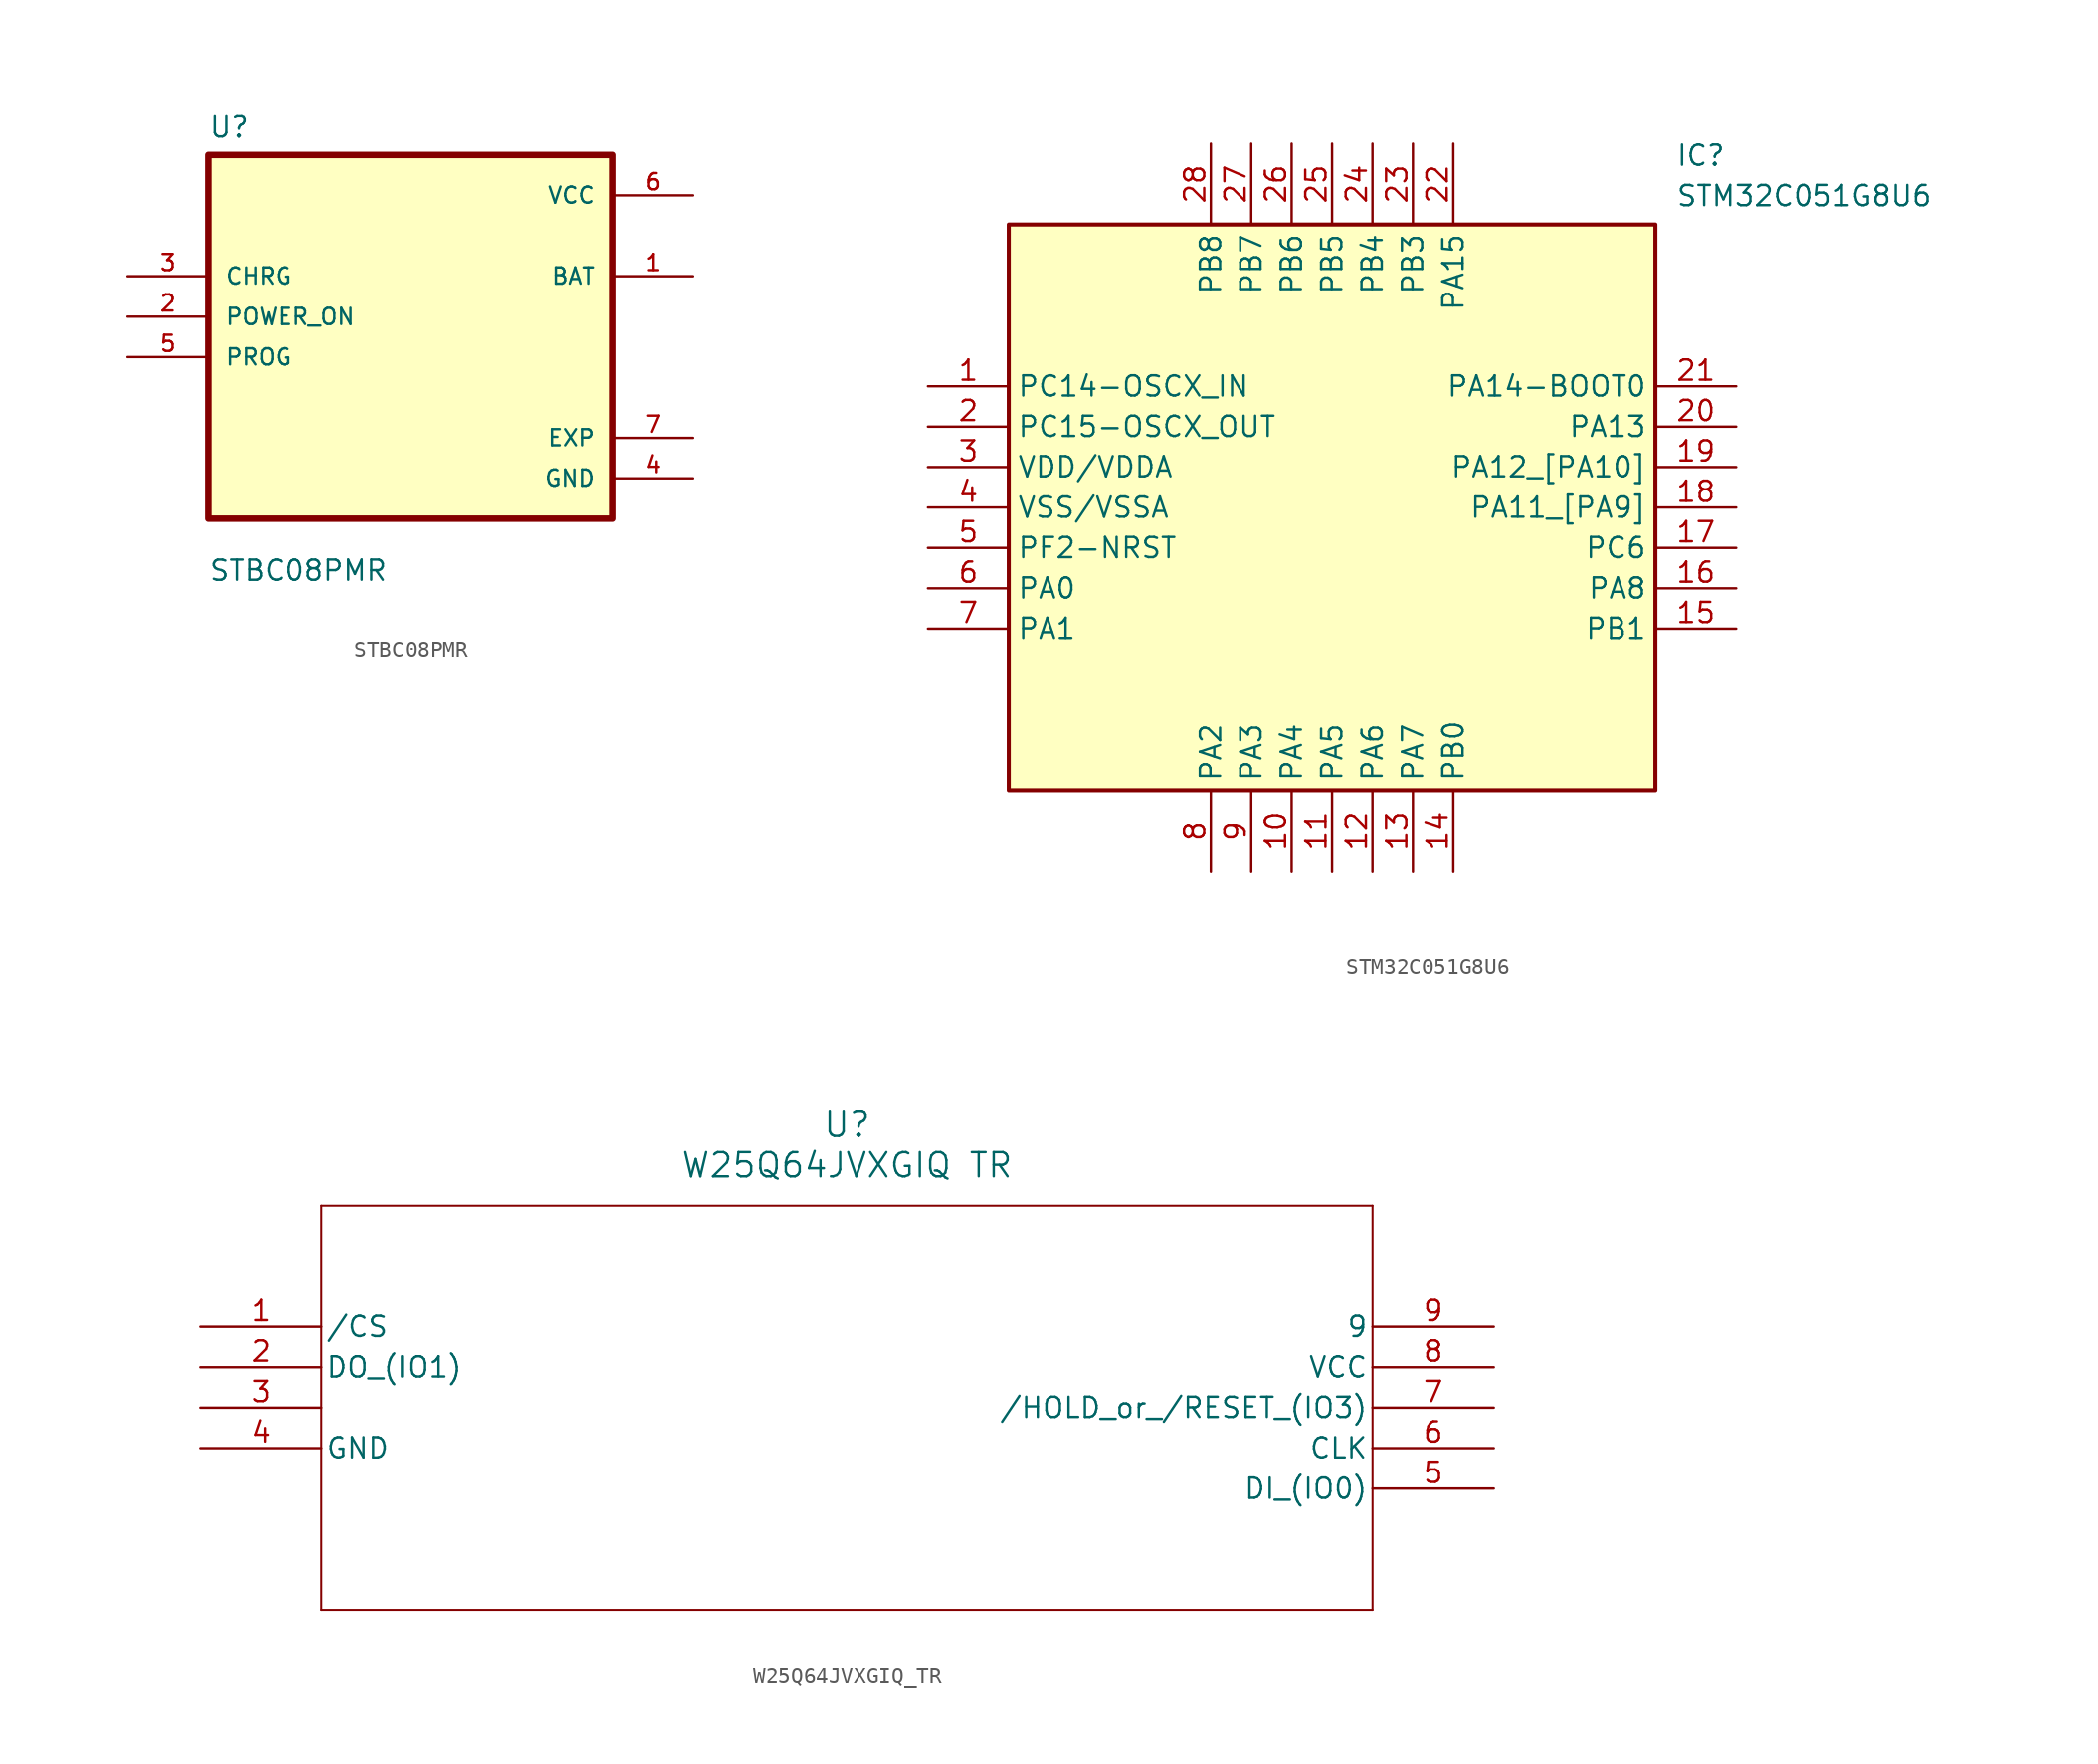
<source format=kicad_sym>
(kicad_symbol_lib
  (version 20220914)
  (generator kicad_symbol_editor)
  (symbol "STBC08PMR"
    (pin_names
      (offset 1.016))
    (property "Reference" "U"
      (at -12.7 13.7 0)
      (effects (font (size 1.27 1.27)) (justify left bottom)))
    (property "Value" "STBC08PMR"
      (at -12.7 -14.16 0)
      (effects (font (size 1.27 1.27)) (justify left bottom)))
    (symbol "STBC08PMR_0_0"
      (rectangle (start -12.7 -10.16) (end 12.7 12.7) (stroke (width 0.41) (type default)) (fill (type background)))
      (pin output line (at 17.78 5.08 180) (length 5.08) (name "BAT" (effects (font (size 1.016 1.016)))) (number "1" (effects (font (size 1.016 1.016)))))
      (pin bidirectional line (at -17.78 2.54 0) (length 5.08) (name "POWER_ON" (effects (font (size 1.016 1.016)))) (number "2" (effects (font (size 1.016 1.016)))))
      (pin bidirectional line (at -17.78 5.08 0) (length 5.08) (name "CHRG" (effects (font (size 1.016 1.016)))) (number "3" (effects (font (size 1.016 1.016)))))
      (pin power_in line (at 17.78 -7.62 180) (length 5.08) (name "GND" (effects (font (size 1.016 1.016)))) (number "4" (effects (font (size 1.016 1.016)))))
      (pin bidirectional line (at -17.78 0 0) (length 5.08) (name "PROG" (effects (font (size 1.016 1.016)))) (number "5" (effects (font (size 1.016 1.016)))))
      (pin power_in line (at 17.78 10.16 180) (length 5.08) (name "VCC" (effects (font (size 1.016 1.016)))) (number "6" (effects (font (size 1.016 1.016)))))
      (pin power_in line (at 17.78 -5.08 180) (length 5.08) (name "EXP" (effects (font (size 1.016 1.016)))) (number "7" (effects (font (size 1.016 1.016)))))))
  (symbol "STM32C051G8U6"
    (property "Reference" "IC"
      (at 46.99 15.24 0)
      (effects (font (size 1.27 1.27)) (justify left top)))
    (property "Value" "STM32C051G8U6"
      (at 46.99 12.7 0)
      (effects (font (size 1.27 1.27)) (justify left top)))
    (symbol "STM32C051G8U6_1_1"
      (rectangle (start 5.08 10.16) (end 45.72 -25.4) (stroke (width 0.254) (type default)) (fill (type background)))
      (pin passive line (at 0 0 0) (length 5.08) (name "PC14-OSCX_IN" (effects (font (size 1.27 1.27)))) (number "1" (effects (font (size 1.27 1.27)))))
      (pin passive line (at 22.86 -30.48 90) (length 5.08) (name "PA4" (effects (font (size 1.27 1.27)))) (number "10" (effects (font (size 1.27 1.27)))))
      (pin passive line (at 25.4 -30.48 90) (length 5.08) (name "PA5" (effects (font (size 1.27 1.27)))) (number "11" (effects (font (size 1.27 1.27)))))
      (pin passive line (at 27.94 -30.48 90) (length 5.08) (name "PA6" (effects (font (size 1.27 1.27)))) (number "12" (effects (font (size 1.27 1.27)))))
      (pin passive line (at 30.48 -30.48 90) (length 5.08) (name "PA7" (effects (font (size 1.27 1.27)))) (number "13" (effects (font (size 1.27 1.27)))))
      (pin passive line (at 33.02 -30.48 90) (length 5.08) (name "PB0" (effects (font (size 1.27 1.27)))) (number "14" (effects (font (size 1.27 1.27)))))
      (pin passive line (at 50.8 -15.24 180) (length 5.08) (name "PB1" (effects (font (size 1.27 1.27)))) (number "15" (effects (font (size 1.27 1.27)))))
      (pin passive line (at 50.8 -12.7 180) (length 5.08) (name "PA8" (effects (font (size 1.27 1.27)))) (number "16" (effects (font (size 1.27 1.27)))))
      (pin passive line (at 50.8 -10.16 180) (length 5.08) (name "PC6" (effects (font (size 1.27 1.27)))) (number "17" (effects (font (size 1.27 1.27)))))
      (pin passive line (at 50.8 -7.62 180) (length 5.08) (name "PA11_[PA9]" (effects (font (size 1.27 1.27)))) (number "18" (effects (font (size 1.27 1.27)))))
      (pin passive line (at 50.8 -5.08 180) (length 5.08) (name "PA12_[PA10]" (effects (font (size 1.27 1.27)))) (number "19" (effects (font (size 1.27 1.27)))))
      (pin passive line (at 0 -2.54 0) (length 5.08) (name "PC15-OSCX_OUT" (effects (font (size 1.27 1.27)))) (number "2" (effects (font (size 1.27 1.27)))))
      (pin passive line (at 50.8 -2.54 180) (length 5.08) (name "PA13" (effects (font (size 1.27 1.27)))) (number "20" (effects (font (size 1.27 1.27)))))
      (pin passive line (at 50.8 0 180) (length 5.08) (name "PA14-BOOT0" (effects (font (size 1.27 1.27)))) (number "21" (effects (font (size 1.27 1.27)))))
      (pin passive line (at 33.02 15.24 270) (length 5.08) (name "PA15" (effects (font (size 1.27 1.27)))) (number "22" (effects (font (size 1.27 1.27)))))
      (pin passive line (at 30.48 15.24 270) (length 5.08) (name "PB3" (effects (font (size 1.27 1.27)))) (number "23" (effects (font (size 1.27 1.27)))))
      (pin passive line (at 27.94 15.24 270) (length 5.08) (name "PB4" (effects (font (size 1.27 1.27)))) (number "24" (effects (font (size 1.27 1.27)))))
      (pin passive line (at 25.4 15.24 270) (length 5.08) (name "PB5" (effects (font (size 1.27 1.27)))) (number "25" (effects (font (size 1.27 1.27)))))
      (pin passive line (at 22.86 15.24 270) (length 5.08) (name "PB6" (effects (font (size 1.27 1.27)))) (number "26" (effects (font (size 1.27 1.27)))))
      (pin passive line (at 20.32 15.24 270) (length 5.08) (name "PB7" (effects (font (size 1.27 1.27)))) (number "27" (effects (font (size 1.27 1.27)))))
      (pin passive line (at 17.78 15.24 270) (length 5.08) (name "PB8" (effects (font (size 1.27 1.27)))) (number "28" (effects (font (size 1.27 1.27)))))
      (pin passive line (at 0 -5.08 0) (length 5.08) (name "VDD/VDDA" (effects (font (size 1.27 1.27)))) (number "3" (effects (font (size 1.27 1.27)))))
      (pin passive line (at 0 -7.62 0) (length 5.08) (name "VSS/VSSA" (effects (font (size 1.27 1.27)))) (number "4" (effects (font (size 1.27 1.27)))))
      (pin passive line (at 0 -10.16 0) (length 5.08) (name "PF2-NRST" (effects (font (size 1.27 1.27)))) (number "5" (effects (font (size 1.27 1.27)))))
      (pin passive line (at 0 -12.7 0) (length 5.08) (name "PA0" (effects (font (size 1.27 1.27)))) (number "6" (effects (font (size 1.27 1.27)))))
      (pin passive line (at 0 -15.24 0) (length 5.08) (name "PA1" (effects (font (size 1.27 1.27)))) (number "7" (effects (font (size 1.27 1.27)))))
      (pin passive line (at 17.78 -30.48 90) (length 5.08) (name "PA2" (effects (font (size 1.27 1.27)))) (number "8" (effects (font (size 1.27 1.27)))))
      (pin passive line (at 20.32 -30.48 90) (length 5.08) (name "PA3" (effects (font (size 1.27 1.27)))) (number "9" (effects (font (size 1.27 1.27)))))))
  (symbol "W25Q64JVXGIQ_TR"
    (pin_names
      (offset 0.254))
    (property "Reference" "U"
      (at 40.64 12.7 0)
      (effects (font (size 1.524 1.524))))
    (property "Value" "W25Q64JVXGIQ TR"
      (at 40.64 10.16 0)
      (effects (font (size 1.524 1.524))))
    (property "ki_locked" ""
      (at 0 0 0)
      (effects (font (size 1.27 1.27))))
    (symbol "W25Q64JVXGIQ_TR_0_1"
      (polyline (pts (xy 7.62 -17.78) (xy 73.66 -17.78)) (stroke (width 0.127) (type default)) (fill (type none)))
      (polyline (pts (xy 7.62 7.62) (xy 7.62 -17.78)) (stroke (width 0.127) (type default)) (fill (type none)))
      (polyline (pts (xy 73.66 -17.78) (xy 73.66 7.62)) (stroke (width 0.127) (type default)) (fill (type none)))
      (polyline (pts (xy 73.66 7.62) (xy 7.62 7.62)) (stroke (width 0.127) (type default)) (fill (type none)))
      (pin unspecified line (at 0 0 0) (length 7.62) (name "/CS" (effects (font (size 1.27 1.27)))) (number "1" (effects (font (size 1.27 1.27)))))
      (pin unspecified line (at 0 -2.54 0) (length 7.62) (name "DO_(IO1)" (effects (font (size 1.27 1.27)))) (number "2" (effects (font (size 1.27 1.27)))))
      (pin unspecified line (at 0 -5.08 0) (length 7.62) (name "" (effects (font (size 1.27 1.27)))) (number "3" (effects (font (size 1.27 1.27)))))
      (pin power_out line (at 0 -7.62 0) (length 7.62) (name "GND" (effects (font (size 1.27 1.27)))) (number "4" (effects (font (size 1.27 1.27)))))
      (pin unspecified line (at 81.28 -10.16 180) (length 7.62) (name "DI_(IO0)" (effects (font (size 1.27 1.27)))) (number "5" (effects (font (size 1.27 1.27)))))
      (pin unspecified line (at 81.28 -7.62 180) (length 7.62) (name "CLK" (effects (font (size 1.27 1.27)))) (number "6" (effects (font (size 1.27 1.27)))))
      (pin unspecified line (at 81.28 -5.08 180) (length 7.62) (name "/HOLD_or_/RESET_(IO3)" (effects (font (size 1.27 1.27)))) (number "7" (effects (font (size 1.27 1.27)))))
      (pin power_in line (at 81.28 -2.54 180) (length 7.62) (name "VCC" (effects (font (size 1.27 1.27)))) (number "8" (effects (font (size 1.27 1.27)))))
      (pin unspecified line (at 81.28 0 180) (length 7.62) (name "9" (effects (font (size 1.27 1.27)))) (number "9" (effects (font (size 1.27 1.27))))))))
</source>
